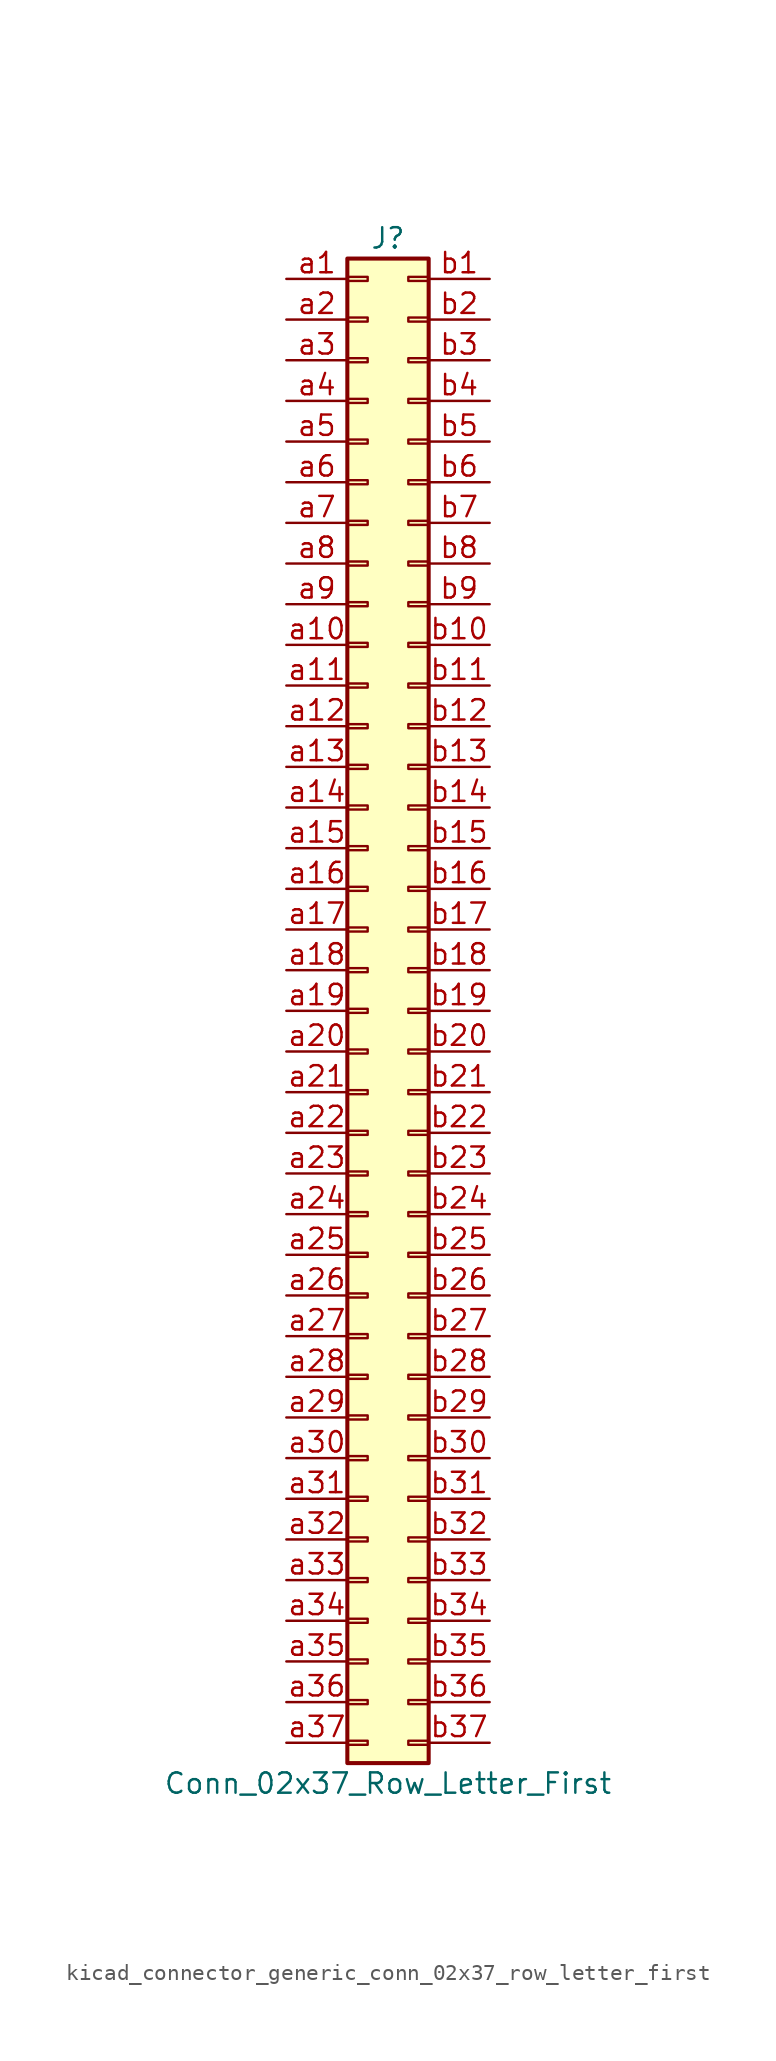
<source format=kicad_sym>
(kicad_symbol_lib
  (version 20220914)
  (generator kicad_symbol_editor)
  (symbol "kicad_connector_generic_conn_02x37_row_letter_first"
    (pin_names
      (offset 1.016) hide)
    (property "Reference" "J"
      (at 1.27 48.26 0)
      (effects (font (size 1.27 1.27))))
    (property "Value" "Conn_02x37_Row_Letter_First"
      (at 1.27 -48.26 0)
      (effects (font (size 1.27 1.27))))
    (symbol "kicad_connector_generic_conn_02x37_row_letter_first_1_1"
      (rectangle (start -1.27 -45.593) (end 0 -45.847) (stroke (width 0.152) (type default)) (fill (type none)))
      (rectangle (start -1.27 -43.053) (end 0 -43.307) (stroke (width 0.152) (type default)) (fill (type none)))
      (rectangle (start -1.27 -40.513) (end 0 -40.767) (stroke (width 0.152) (type default)) (fill (type none)))
      (rectangle (start -1.27 -37.973) (end 0 -38.227) (stroke (width 0.152) (type default)) (fill (type none)))
      (rectangle (start -1.27 -35.433) (end 0 -35.687) (stroke (width 0.152) (type default)) (fill (type none)))
      (rectangle (start -1.27 -32.893) (end 0 -33.147) (stroke (width 0.152) (type default)) (fill (type none)))
      (rectangle (start -1.27 -30.353) (end 0 -30.607) (stroke (width 0.152) (type default)) (fill (type none)))
      (rectangle (start -1.27 -27.813) (end 0 -28.067) (stroke (width 0.152) (type default)) (fill (type none)))
      (rectangle (start -1.27 -25.273) (end 0 -25.527) (stroke (width 0.152) (type default)) (fill (type none)))
      (rectangle (start -1.27 -22.733) (end 0 -22.987) (stroke (width 0.152) (type default)) (fill (type none)))
      (rectangle (start -1.27 -20.193) (end 0 -20.447) (stroke (width 0.152) (type default)) (fill (type none)))
      (rectangle (start -1.27 -17.653) (end 0 -17.907) (stroke (width 0.152) (type default)) (fill (type none)))
      (rectangle (start -1.27 -15.113) (end 0 -15.367) (stroke (width 0.152) (type default)) (fill (type none)))
      (rectangle (start -1.27 -12.573) (end 0 -12.827) (stroke (width 0.152) (type default)) (fill (type none)))
      (rectangle (start -1.27 -10.033) (end 0 -10.287) (stroke (width 0.152) (type default)) (fill (type none)))
      (rectangle (start -1.27 -7.493) (end 0 -7.747) (stroke (width 0.152) (type default)) (fill (type none)))
      (rectangle (start -1.27 -4.953) (end 0 -5.207) (stroke (width 0.152) (type default)) (fill (type none)))
      (rectangle (start -1.27 -2.413) (end 0 -2.667) (stroke (width 0.152) (type default)) (fill (type none)))
      (rectangle (start -1.27 0.127) (end 0 -0.127) (stroke (width 0.152) (type default)) (fill (type none)))
      (rectangle (start -1.27 2.667) (end 0 2.413) (stroke (width 0.152) (type default)) (fill (type none)))
      (rectangle (start -1.27 5.207) (end 0 4.953) (stroke (width 0.152) (type default)) (fill (type none)))
      (rectangle (start -1.27 7.747) (end 0 7.493) (stroke (width 0.152) (type default)) (fill (type none)))
      (rectangle (start -1.27 10.287) (end 0 10.033) (stroke (width 0.152) (type default)) (fill (type none)))
      (rectangle (start -1.27 12.827) (end 0 12.573) (stroke (width 0.152) (type default)) (fill (type none)))
      (rectangle (start -1.27 15.367) (end 0 15.113) (stroke (width 0.152) (type default)) (fill (type none)))
      (rectangle (start -1.27 17.907) (end 0 17.653) (stroke (width 0.152) (type default)) (fill (type none)))
      (rectangle (start -1.27 20.447) (end 0 20.193) (stroke (width 0.152) (type default)) (fill (type none)))
      (rectangle (start -1.27 22.987) (end 0 22.733) (stroke (width 0.152) (type default)) (fill (type none)))
      (rectangle (start -1.27 25.527) (end 0 25.273) (stroke (width 0.152) (type default)) (fill (type none)))
      (rectangle (start -1.27 28.067) (end 0 27.813) (stroke (width 0.152) (type default)) (fill (type none)))
      (rectangle (start -1.27 30.607) (end 0 30.353) (stroke (width 0.152) (type default)) (fill (type none)))
      (rectangle (start -1.27 33.147) (end 0 32.893) (stroke (width 0.152) (type default)) (fill (type none)))
      (rectangle (start -1.27 35.687) (end 0 35.433) (stroke (width 0.152) (type default)) (fill (type none)))
      (rectangle (start -1.27 38.227) (end 0 37.973) (stroke (width 0.152) (type default)) (fill (type none)))
      (rectangle (start -1.27 40.767) (end 0 40.513) (stroke (width 0.152) (type default)) (fill (type none)))
      (rectangle (start -1.27 43.307) (end 0 43.053) (stroke (width 0.152) (type default)) (fill (type none)))
      (rectangle (start -1.27 45.847) (end 0 45.593) (stroke (width 0.152) (type default)) (fill (type none)))
      (rectangle (start -1.27 46.99) (end 3.81 -46.99) (stroke (width 0.254) (type default)) (fill (type background)))
      (rectangle (start 3.81 -45.593) (end 2.54 -45.847) (stroke (width 0.152) (type default)) (fill (type none)))
      (rectangle (start 3.81 -43.053) (end 2.54 -43.307) (stroke (width 0.152) (type default)) (fill (type none)))
      (rectangle (start 3.81 -40.513) (end 2.54 -40.767) (stroke (width 0.152) (type default)) (fill (type none)))
      (rectangle (start 3.81 -37.973) (end 2.54 -38.227) (stroke (width 0.152) (type default)) (fill (type none)))
      (rectangle (start 3.81 -35.433) (end 2.54 -35.687) (stroke (width 0.152) (type default)) (fill (type none)))
      (rectangle (start 3.81 -32.893) (end 2.54 -33.147) (stroke (width 0.152) (type default)) (fill (type none)))
      (rectangle (start 3.81 -30.353) (end 2.54 -30.607) (stroke (width 0.152) (type default)) (fill (type none)))
      (rectangle (start 3.81 -27.813) (end 2.54 -28.067) (stroke (width 0.152) (type default)) (fill (type none)))
      (rectangle (start 3.81 -25.273) (end 2.54 -25.527) (stroke (width 0.152) (type default)) (fill (type none)))
      (rectangle (start 3.81 -22.733) (end 2.54 -22.987) (stroke (width 0.152) (type default)) (fill (type none)))
      (rectangle (start 3.81 -20.193) (end 2.54 -20.447) (stroke (width 0.152) (type default)) (fill (type none)))
      (rectangle (start 3.81 -17.653) (end 2.54 -17.907) (stroke (width 0.152) (type default)) (fill (type none)))
      (rectangle (start 3.81 -15.113) (end 2.54 -15.367) (stroke (width 0.152) (type default)) (fill (type none)))
      (rectangle (start 3.81 -12.573) (end 2.54 -12.827) (stroke (width 0.152) (type default)) (fill (type none)))
      (rectangle (start 3.81 -10.033) (end 2.54 -10.287) (stroke (width 0.152) (type default)) (fill (type none)))
      (rectangle (start 3.81 -7.493) (end 2.54 -7.747) (stroke (width 0.152) (type default)) (fill (type none)))
      (rectangle (start 3.81 -4.953) (end 2.54 -5.207) (stroke (width 0.152) (type default)) (fill (type none)))
      (rectangle (start 3.81 -2.413) (end 2.54 -2.667) (stroke (width 0.152) (type default)) (fill (type none)))
      (rectangle (start 3.81 0.127) (end 2.54 -0.127) (stroke (width 0.152) (type default)) (fill (type none)))
      (rectangle (start 3.81 2.667) (end 2.54 2.413) (stroke (width 0.152) (type default)) (fill (type none)))
      (rectangle (start 3.81 5.207) (end 2.54 4.953) (stroke (width 0.152) (type default)) (fill (type none)))
      (rectangle (start 3.81 7.747) (end 2.54 7.493) (stroke (width 0.152) (type default)) (fill (type none)))
      (rectangle (start 3.81 10.287) (end 2.54 10.033) (stroke (width 0.152) (type default)) (fill (type none)))
      (rectangle (start 3.81 12.827) (end 2.54 12.573) (stroke (width 0.152) (type default)) (fill (type none)))
      (rectangle (start 3.81 15.367) (end 2.54 15.113) (stroke (width 0.152) (type default)) (fill (type none)))
      (rectangle (start 3.81 17.907) (end 2.54 17.653) (stroke (width 0.152) (type default)) (fill (type none)))
      (rectangle (start 3.81 20.447) (end 2.54 20.193) (stroke (width 0.152) (type default)) (fill (type none)))
      (rectangle (start 3.81 22.987) (end 2.54 22.733) (stroke (width 0.152) (type default)) (fill (type none)))
      (rectangle (start 3.81 25.527) (end 2.54 25.273) (stroke (width 0.152) (type default)) (fill (type none)))
      (rectangle (start 3.81 28.067) (end 2.54 27.813) (stroke (width 0.152) (type default)) (fill (type none)))
      (rectangle (start 3.81 30.607) (end 2.54 30.353) (stroke (width 0.152) (type default)) (fill (type none)))
      (rectangle (start 3.81 33.147) (end 2.54 32.893) (stroke (width 0.152) (type default)) (fill (type none)))
      (rectangle (start 3.81 35.687) (end 2.54 35.433) (stroke (width 0.152) (type default)) (fill (type none)))
      (rectangle (start 3.81 38.227) (end 2.54 37.973) (stroke (width 0.152) (type default)) (fill (type none)))
      (rectangle (start 3.81 40.767) (end 2.54 40.513) (stroke (width 0.152) (type default)) (fill (type none)))
      (rectangle (start 3.81 43.307) (end 2.54 43.053) (stroke (width 0.152) (type default)) (fill (type none)))
      (rectangle (start 3.81 45.847) (end 2.54 45.593) (stroke (width 0.152) (type default)) (fill (type none)))
      (pin passive line (at -5.08 45.72 0) (length 3.81) (name "Pin_a1" (effects (font (size 1.27 1.27)))) (number "a1" (effects (font (size 1.27 1.27)))))
      (pin passive line (at -5.08 22.86 0) (length 3.81) (name "Pin_a10" (effects (font (size 1.27 1.27)))) (number "a10" (effects (font (size 1.27 1.27)))))
      (pin passive line (at -5.08 20.32 0) (length 3.81) (name "Pin_a11" (effects (font (size 1.27 1.27)))) (number "a11" (effects (font (size 1.27 1.27)))))
      (pin passive line (at -5.08 17.78 0) (length 3.81) (name "Pin_a12" (effects (font (size 1.27 1.27)))) (number "a12" (effects (font (size 1.27 1.27)))))
      (pin passive line (at -5.08 15.24 0) (length 3.81) (name "Pin_a13" (effects (font (size 1.27 1.27)))) (number "a13" (effects (font (size 1.27 1.27)))))
      (pin passive line (at -5.08 12.7 0) (length 3.81) (name "Pin_a14" (effects (font (size 1.27 1.27)))) (number "a14" (effects (font (size 1.27 1.27)))))
      (pin passive line (at -5.08 10.16 0) (length 3.81) (name "Pin_a15" (effects (font (size 1.27 1.27)))) (number "a15" (effects (font (size 1.27 1.27)))))
      (pin passive line (at -5.08 7.62 0) (length 3.81) (name "Pin_a16" (effects (font (size 1.27 1.27)))) (number "a16" (effects (font (size 1.27 1.27)))))
      (pin passive line (at -5.08 5.08 0) (length 3.81) (name "Pin_a17" (effects (font (size 1.27 1.27)))) (number "a17" (effects (font (size 1.27 1.27)))))
      (pin passive line (at -5.08 2.54 0) (length 3.81) (name "Pin_a18" (effects (font (size 1.27 1.27)))) (number "a18" (effects (font (size 1.27 1.27)))))
      (pin passive line (at -5.08 0 0) (length 3.81) (name "Pin_a19" (effects (font (size 1.27 1.27)))) (number "a19" (effects (font (size 1.27 1.27)))))
      (pin passive line (at -5.08 43.18 0) (length 3.81) (name "Pin_a2" (effects (font (size 1.27 1.27)))) (number "a2" (effects (font (size 1.27 1.27)))))
      (pin passive line (at -5.08 -2.54 0) (length 3.81) (name "Pin_a20" (effects (font (size 1.27 1.27)))) (number "a20" (effects (font (size 1.27 1.27)))))
      (pin passive line (at -5.08 -5.08 0) (length 3.81) (name "Pin_a21" (effects (font (size 1.27 1.27)))) (number "a21" (effects (font (size 1.27 1.27)))))
      (pin passive line (at -5.08 -7.62 0) (length 3.81) (name "Pin_a22" (effects (font (size 1.27 1.27)))) (number "a22" (effects (font (size 1.27 1.27)))))
      (pin passive line (at -5.08 -10.16 0) (length 3.81) (name "Pin_a23" (effects (font (size 1.27 1.27)))) (number "a23" (effects (font (size 1.27 1.27)))))
      (pin passive line (at -5.08 -12.7 0) (length 3.81) (name "Pin_a24" (effects (font (size 1.27 1.27)))) (number "a24" (effects (font (size 1.27 1.27)))))
      (pin passive line (at -5.08 -15.24 0) (length 3.81) (name "Pin_a25" (effects (font (size 1.27 1.27)))) (number "a25" (effects (font (size 1.27 1.27)))))
      (pin passive line (at -5.08 -17.78 0) (length 3.81) (name "Pin_a26" (effects (font (size 1.27 1.27)))) (number "a26" (effects (font (size 1.27 1.27)))))
      (pin passive line (at -5.08 -20.32 0) (length 3.81) (name "Pin_a27" (effects (font (size 1.27 1.27)))) (number "a27" (effects (font (size 1.27 1.27)))))
      (pin passive line (at -5.08 -22.86 0) (length 3.81) (name "Pin_a28" (effects (font (size 1.27 1.27)))) (number "a28" (effects (font (size 1.27 1.27)))))
      (pin passive line (at -5.08 -25.4 0) (length 3.81) (name "Pin_a29" (effects (font (size 1.27 1.27)))) (number "a29" (effects (font (size 1.27 1.27)))))
      (pin passive line (at -5.08 40.64 0) (length 3.81) (name "Pin_a3" (effects (font (size 1.27 1.27)))) (number "a3" (effects (font (size 1.27 1.27)))))
      (pin passive line (at -5.08 -27.94 0) (length 3.81) (name "Pin_a30" (effects (font (size 1.27 1.27)))) (number "a30" (effects (font (size 1.27 1.27)))))
      (pin passive line (at -5.08 -30.48 0) (length 3.81) (name "Pin_a31" (effects (font (size 1.27 1.27)))) (number "a31" (effects (font (size 1.27 1.27)))))
      (pin passive line (at -5.08 -33.02 0) (length 3.81) (name "Pin_a32" (effects (font (size 1.27 1.27)))) (number "a32" (effects (font (size 1.27 1.27)))))
      (pin passive line (at -5.08 -35.56 0) (length 3.81) (name "Pin_a33" (effects (font (size 1.27 1.27)))) (number "a33" (effects (font (size 1.27 1.27)))))
      (pin passive line (at -5.08 -38.1 0) (length 3.81) (name "Pin_a34" (effects (font (size 1.27 1.27)))) (number "a34" (effects (font (size 1.27 1.27)))))
      (pin passive line (at -5.08 -40.64 0) (length 3.81) (name "Pin_a35" (effects (font (size 1.27 1.27)))) (number "a35" (effects (font (size 1.27 1.27)))))
      (pin passive line (at -5.08 -43.18 0) (length 3.81) (name "Pin_a36" (effects (font (size 1.27 1.27)))) (number "a36" (effects (font (size 1.27 1.27)))))
      (pin passive line (at -5.08 -45.72 0) (length 3.81) (name "Pin_a37" (effects (font (size 1.27 1.27)))) (number "a37" (effects (font (size 1.27 1.27)))))
      (pin passive line (at -5.08 38.1 0) (length 3.81) (name "Pin_a4" (effects (font (size 1.27 1.27)))) (number "a4" (effects (font (size 1.27 1.27)))))
      (pin passive line (at -5.08 35.56 0) (length 3.81) (name "Pin_a5" (effects (font (size 1.27 1.27)))) (number "a5" (effects (font (size 1.27 1.27)))))
      (pin passive line (at -5.08 33.02 0) (length 3.81) (name "Pin_a6" (effects (font (size 1.27 1.27)))) (number "a6" (effects (font (size 1.27 1.27)))))
      (pin passive line (at -5.08 30.48 0) (length 3.81) (name "Pin_a7" (effects (font (size 1.27 1.27)))) (number "a7" (effects (font (size 1.27 1.27)))))
      (pin passive line (at -5.08 27.94 0) (length 3.81) (name "Pin_a8" (effects (font (size 1.27 1.27)))) (number "a8" (effects (font (size 1.27 1.27)))))
      (pin passive line (at -5.08 25.4 0) (length 3.81) (name "Pin_a9" (effects (font (size 1.27 1.27)))) (number "a9" (effects (font (size 1.27 1.27)))))
      (pin passive line (at 7.62 45.72 180) (length 3.81) (name "Pin_b1" (effects (font (size 1.27 1.27)))) (number "b1" (effects (font (size 1.27 1.27)))))
      (pin passive line (at 7.62 22.86 180) (length 3.81) (name "Pin_b10" (effects (font (size 1.27 1.27)))) (number "b10" (effects (font (size 1.27 1.27)))))
      (pin passive line (at 7.62 20.32 180) (length 3.81) (name "Pin_b11" (effects (font (size 1.27 1.27)))) (number "b11" (effects (font (size 1.27 1.27)))))
      (pin passive line (at 7.62 17.78 180) (length 3.81) (name "Pin_b12" (effects (font (size 1.27 1.27)))) (number "b12" (effects (font (size 1.27 1.27)))))
      (pin passive line (at 7.62 15.24 180) (length 3.81) (name "Pin_b13" (effects (font (size 1.27 1.27)))) (number "b13" (effects (font (size 1.27 1.27)))))
      (pin passive line (at 7.62 12.7 180) (length 3.81) (name "Pin_b14" (effects (font (size 1.27 1.27)))) (number "b14" (effects (font (size 1.27 1.27)))))
      (pin passive line (at 7.62 10.16 180) (length 3.81) (name "Pin_b15" (effects (font (size 1.27 1.27)))) (number "b15" (effects (font (size 1.27 1.27)))))
      (pin passive line (at 7.62 7.62 180) (length 3.81) (name "Pin_b16" (effects (font (size 1.27 1.27)))) (number "b16" (effects (font (size 1.27 1.27)))))
      (pin passive line (at 7.62 5.08 180) (length 3.81) (name "Pin_b17" (effects (font (size 1.27 1.27)))) (number "b17" (effects (font (size 1.27 1.27)))))
      (pin passive line (at 7.62 2.54 180) (length 3.81) (name "Pin_b18" (effects (font (size 1.27 1.27)))) (number "b18" (effects (font (size 1.27 1.27)))))
      (pin passive line (at 7.62 0 180) (length 3.81) (name "Pin_b19" (effects (font (size 1.27 1.27)))) (number "b19" (effects (font (size 1.27 1.27)))))
      (pin passive line (at 7.62 43.18 180) (length 3.81) (name "Pin_b2" (effects (font (size 1.27 1.27)))) (number "b2" (effects (font (size 1.27 1.27)))))
      (pin passive line (at 7.62 -2.54 180) (length 3.81) (name "Pin_b20" (effects (font (size 1.27 1.27)))) (number "b20" (effects (font (size 1.27 1.27)))))
      (pin passive line (at 7.62 -5.08 180) (length 3.81) (name "Pin_b21" (effects (font (size 1.27 1.27)))) (number "b21" (effects (font (size 1.27 1.27)))))
      (pin passive line (at 7.62 -7.62 180) (length 3.81) (name "Pin_b22" (effects (font (size 1.27 1.27)))) (number "b22" (effects (font (size 1.27 1.27)))))
      (pin passive line (at 7.62 -10.16 180) (length 3.81) (name "Pin_b23" (effects (font (size 1.27 1.27)))) (number "b23" (effects (font (size 1.27 1.27)))))
      (pin passive line (at 7.62 -12.7 180) (length 3.81) (name "Pin_b24" (effects (font (size 1.27 1.27)))) (number "b24" (effects (font (size 1.27 1.27)))))
      (pin passive line (at 7.62 -15.24 180) (length 3.81) (name "Pin_b25" (effects (font (size 1.27 1.27)))) (number "b25" (effects (font (size 1.27 1.27)))))
      (pin passive line (at 7.62 -17.78 180) (length 3.81) (name "Pin_b26" (effects (font (size 1.27 1.27)))) (number "b26" (effects (font (size 1.27 1.27)))))
      (pin passive line (at 7.62 -20.32 180) (length 3.81) (name "Pin_b27" (effects (font (size 1.27 1.27)))) (number "b27" (effects (font (size 1.27 1.27)))))
      (pin passive line (at 7.62 -22.86 180) (length 3.81) (name "Pin_b28" (effects (font (size 1.27 1.27)))) (number "b28" (effects (font (size 1.27 1.27)))))
      (pin passive line (at 7.62 -25.4 180) (length 3.81) (name "Pin_b29" (effects (font (size 1.27 1.27)))) (number "b29" (effects (font (size 1.27 1.27)))))
      (pin passive line (at 7.62 40.64 180) (length 3.81) (name "Pin_b3" (effects (font (size 1.27 1.27)))) (number "b3" (effects (font (size 1.27 1.27)))))
      (pin passive line (at 7.62 -27.94 180) (length 3.81) (name "Pin_b30" (effects (font (size 1.27 1.27)))) (number "b30" (effects (font (size 1.27 1.27)))))
      (pin passive line (at 7.62 -30.48 180) (length 3.81) (name "Pin_b31" (effects (font (size 1.27 1.27)))) (number "b31" (effects (font (size 1.27 1.27)))))
      (pin passive line (at 7.62 -33.02 180) (length 3.81) (name "Pin_b32" (effects (font (size 1.27 1.27)))) (number "b32" (effects (font (size 1.27 1.27)))))
      (pin passive line (at 7.62 -35.56 180) (length 3.81) (name "Pin_b33" (effects (font (size 1.27 1.27)))) (number "b33" (effects (font (size 1.27 1.27)))))
      (pin passive line (at 7.62 -38.1 180) (length 3.81) (name "Pin_b34" (effects (font (size 1.27 1.27)))) (number "b34" (effects (font (size 1.27 1.27)))))
      (pin passive line (at 7.62 -40.64 180) (length 3.81) (name "Pin_b35" (effects (font (size 1.27 1.27)))) (number "b35" (effects (font (size 1.27 1.27)))))
      (pin passive line (at 7.62 -43.18 180) (length 3.81) (name "Pin_b36" (effects (font (size 1.27 1.27)))) (number "b36" (effects (font (size 1.27 1.27)))))
      (pin passive line (at 7.62 -45.72 180) (length 3.81) (name "Pin_b37" (effects (font (size 1.27 1.27)))) (number "b37" (effects (font (size 1.27 1.27)))))
      (pin passive line (at 7.62 38.1 180) (length 3.81) (name "Pin_b4" (effects (font (size 1.27 1.27)))) (number "b4" (effects (font (size 1.27 1.27)))))
      (pin passive line (at 7.62 35.56 180) (length 3.81) (name "Pin_b5" (effects (font (size 1.27 1.27)))) (number "b5" (effects (font (size 1.27 1.27)))))
      (pin passive line (at 7.62 33.02 180) (length 3.81) (name "Pin_b6" (effects (font (size 1.27 1.27)))) (number "b6" (effects (font (size 1.27 1.27)))))
      (pin passive line (at 7.62 30.48 180) (length 3.81) (name "Pin_b7" (effects (font (size 1.27 1.27)))) (number "b7" (effects (font (size 1.27 1.27)))))
      (pin passive line (at 7.62 27.94 180) (length 3.81) (name "Pin_b8" (effects (font (size 1.27 1.27)))) (number "b8" (effects (font (size 1.27 1.27)))))
      (pin passive line (at 7.62 25.4 180) (length 3.81) (name "Pin_b9" (effects (font (size 1.27 1.27)))) (number "b9" (effects (font (size 1.27 1.27))))))))
</source>
